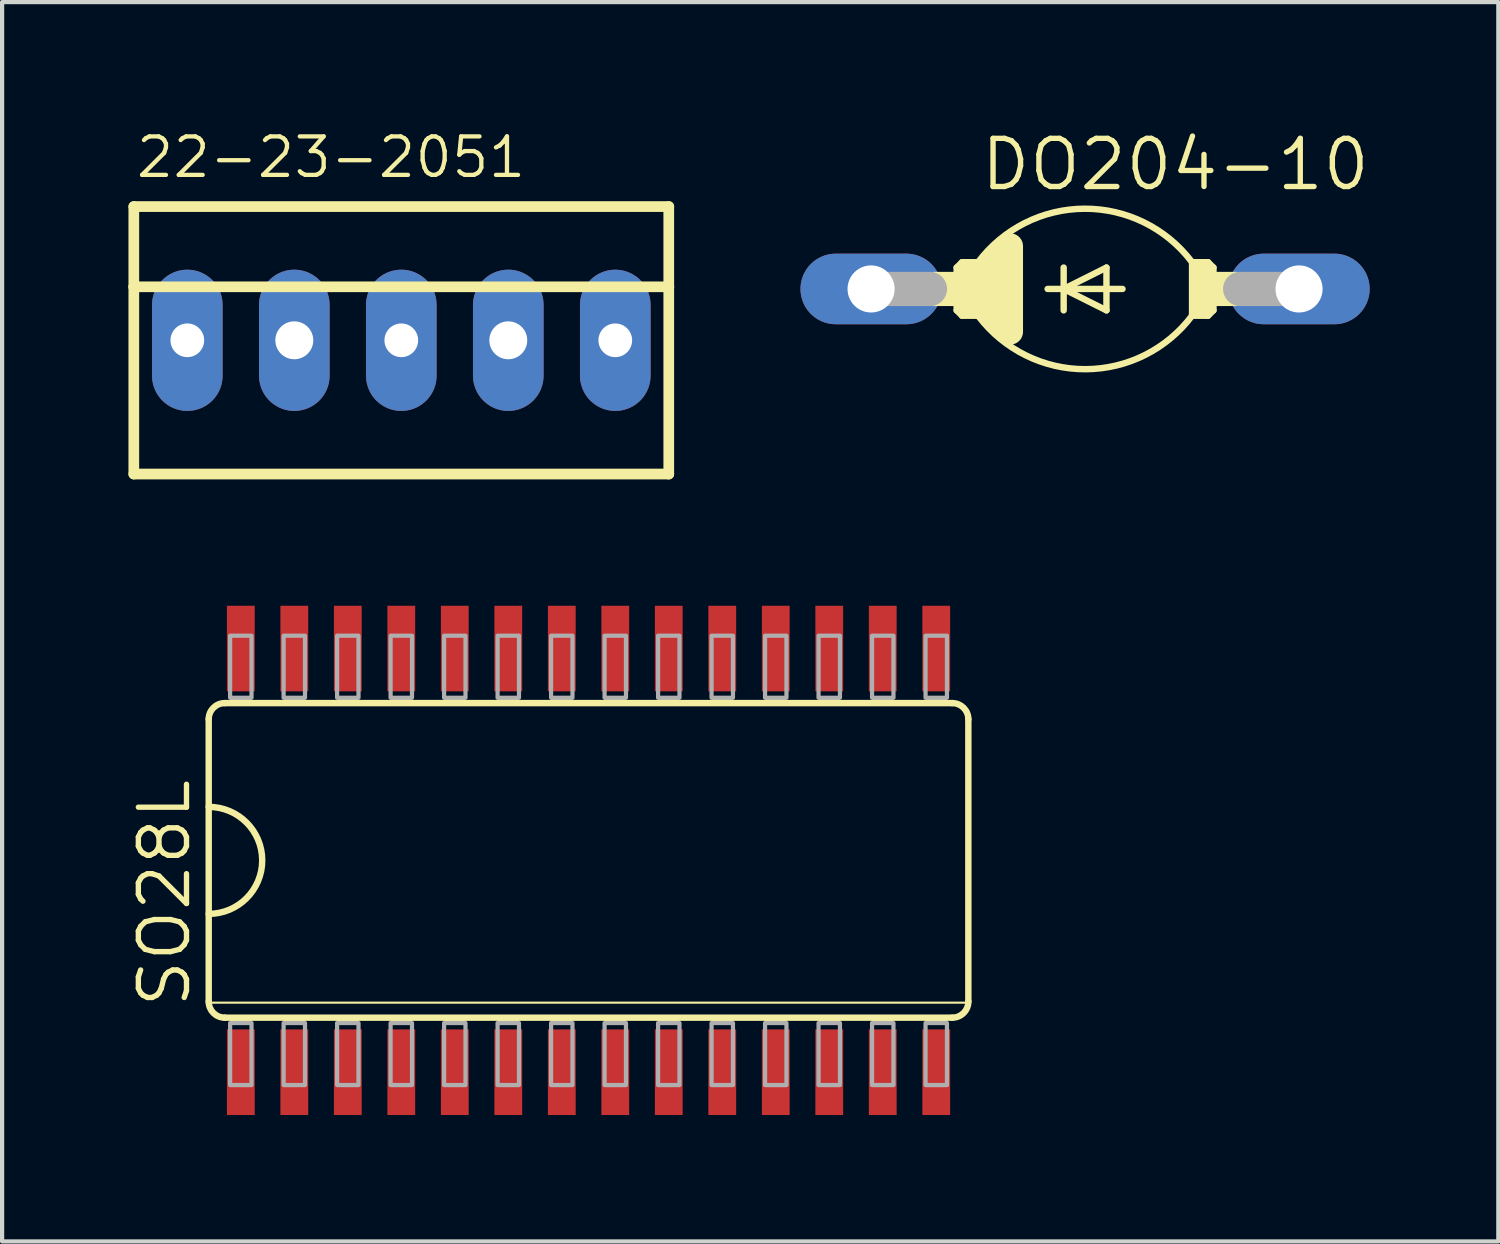
<source format=kicad_pcb>
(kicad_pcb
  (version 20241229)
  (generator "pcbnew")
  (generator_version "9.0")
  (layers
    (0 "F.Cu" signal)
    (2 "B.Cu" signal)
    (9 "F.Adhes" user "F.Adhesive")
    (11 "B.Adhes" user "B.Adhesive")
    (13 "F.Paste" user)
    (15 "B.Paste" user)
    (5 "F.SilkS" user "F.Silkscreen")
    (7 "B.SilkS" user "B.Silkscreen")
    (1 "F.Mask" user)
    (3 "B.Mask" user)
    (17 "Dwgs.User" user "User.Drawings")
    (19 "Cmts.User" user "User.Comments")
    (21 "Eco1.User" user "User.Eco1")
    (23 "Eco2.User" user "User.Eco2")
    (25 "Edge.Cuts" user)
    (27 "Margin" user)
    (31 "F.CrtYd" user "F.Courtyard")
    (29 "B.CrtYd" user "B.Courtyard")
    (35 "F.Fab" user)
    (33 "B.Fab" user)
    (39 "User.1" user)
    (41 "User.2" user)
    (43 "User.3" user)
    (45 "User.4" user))
  (footprint "22-23-2051"
    (layer "F.Cu")
    (at 6.477 5.029)
    (property "Reference" "22-23-2051" (at -6.35 -3.81 0) (layer "F.SilkS") (effects (font (size 0.914 0.914) (thickness 0.102)) (justify left bottom)))
    (fp_line (start -6.35 -3.175) (end 6.35 -3.175) (stroke (width 0.254) (type solid)) (layer "F.SilkS"))
    (fp_line (start -6.35 -1.27) (end -6.35 -3.175) (stroke (width 0.254) (type solid)) (layer "F.SilkS"))
    (fp_line (start -6.35 -1.27) (end 6.35 -1.27) (stroke (width 0.254) (type solid)) (layer "F.SilkS"))
    (fp_line (start -6.35 3.175) (end -6.35 -1.27) (stroke (width 0.254) (type solid)) (layer "F.SilkS"))
    (fp_line (start 6.35 -3.175) (end 6.35 -1.27) (stroke (width 0.254) (type solid)) (layer "F.SilkS"))
    (fp_line (start 6.35 -1.27) (end 6.35 3.175) (stroke (width 0.254) (type solid)) (layer "F.SilkS"))
    (fp_line (start 6.35 3.175) (end -6.35 3.175) (stroke (width 0.254) (type solid)) (layer "F.SilkS"))
    (pad "1" thru_hole oval (at -5.08 0 90) (size 3.353 1.676) (drill 0.8) (layers "*.Cu" "*.Mask"))
    (pad "2" thru_hole oval (at -2.54 0 90) (size 3.353 1.676) (drill 0.9) (layers "*.Cu" "*.Mask"))
    (pad "3" thru_hole oval (at 0 0 90) (size 3.353 1.676) (drill 0.8) (layers "*.Cu" "*.Mask"))
    (pad "4" thru_hole oval (at 2.54 0 90) (size 3.353 1.676) (drill 0.9) (layers "*.Cu" "*.Mask"))
    (pad "5" thru_hole oval (at 5.08 0 90) (size 3.353 1.676) (drill 0.8) (layers "*.Cu" "*.Mask")))
  (footprint "SO28L"
    (layer "F.Cu")
    (at 10.922 17.376)
    (property "Reference" "SO28L" (at -9.398 3.556 90) (layer "F.SilkS") (effects (font (size 1.143 1.143) (thickness 0.127)) (justify left bottom)))
    (fp_line (start -9.017 -3.353) (end -9.017 3.353) (stroke (width 0.152) (type solid)) (layer "F.SilkS"))
    (fp_line (start -9.017 3.378) (end 9.017 3.378) (stroke (width 0.051) (type solid)) (layer "F.SilkS"))
    (fp_line (start -8.636 3.734) (end 8.636 3.734) (stroke (width 0.152) (type solid)) (layer "F.SilkS"))
    (fp_line (start 8.636 -3.734) (end -8.636 -3.734) (stroke (width 0.152) (type solid)) (layer "F.SilkS"))
    (fp_line (start 9.017 3.353) (end 9.017 -3.353) (stroke (width 0.152) (type solid)) (layer "F.SilkS"))
    (fp_arc (start -9.017 -3.3528) (mid -8.905408 -3.622208) (end -8.636 -3.7338) (stroke (width 0.1524) (type solid)) (layer "F.SilkS"))
    (fp_arc (start -9.017 -1.27) (mid -7.747 0) (end -9.017 1.27) (stroke (width 0.1524) (type solid)) (layer "F.SilkS"))
    (fp_arc (start -8.636 3.7338) (mid -8.905408 3.622208) (end -9.017 3.3528) (stroke (width 0.1524) (type solid)) (layer "F.SilkS"))
    (fp_arc (start 8.636 -3.7338) (mid 8.905408 -3.622208) (end 9.017 -3.3528) (stroke (width 0.1524) (type solid)) (layer "F.SilkS"))
    (fp_arc (start 9.017 3.3528) (mid 8.905408 3.622208) (end 8.636 3.7338) (stroke (width 0.1524) (type solid)) (layer "F.SilkS"))
    (fp_poly (pts (xy -8.509 -3.734) (xy -8.001 -3.734) (xy -8.001 -3.861) (xy -8.509 -3.861)) (stroke (width 0) (type solid)) (fill yes) (layer "F.SilkS"))
    (fp_poly (pts (xy -8.509 3.861) (xy -8.001 3.861) (xy -8.001 3.734) (xy -8.509 3.734)) (stroke (width 0) (type solid)) (fill yes) (layer "F.SilkS"))
    (fp_poly (pts (xy -7.239 -3.734) (xy -6.731 -3.734) (xy -6.731 -3.861) (xy -7.239 -3.861)) (stroke (width 0) (type solid)) (fill yes) (layer "F.SilkS"))
    (fp_poly (pts (xy -7.239 3.861) (xy -6.731 3.861) (xy -6.731 3.734) (xy -7.239 3.734)) (stroke (width 0) (type solid)) (fill yes) (layer "F.SilkS"))
    (fp_poly (pts (xy -5.969 -3.734) (xy -5.461 -3.734) (xy -5.461 -3.861) (xy -5.969 -3.861)) (stroke (width 0) (type solid)) (fill yes) (layer "F.SilkS"))
    (fp_poly (pts (xy -5.969 3.861) (xy -5.461 3.861) (xy -5.461 3.734) (xy -5.969 3.734)) (stroke (width 0) (type solid)) (fill yes) (layer "F.SilkS"))
    (fp_poly (pts (xy -4.699 -3.734) (xy -4.191 -3.734) (xy -4.191 -3.861) (xy -4.699 -3.861)) (stroke (width 0) (type solid)) (fill yes) (layer "F.SilkS"))
    (fp_poly (pts (xy -4.699 3.861) (xy -4.191 3.861) (xy -4.191 3.734) (xy -4.699 3.734)) (stroke (width 0) (type solid)) (fill yes) (layer "F.SilkS"))
    (fp_poly (pts (xy -3.429 -3.734) (xy -2.921 -3.734) (xy -2.921 -3.861) (xy -3.429 -3.861)) (stroke (width 0) (type solid)) (fill yes) (layer "F.SilkS"))
    (fp_poly (pts (xy -3.429 3.861) (xy -2.921 3.861) (xy -2.921 3.734) (xy -3.429 3.734)) (stroke (width 0) (type solid)) (fill yes) (layer "F.SilkS"))
    (fp_poly (pts (xy -2.159 -3.734) (xy -1.651 -3.734) (xy -1.651 -3.861) (xy -2.159 -3.861)) (stroke (width 0) (type solid)) (fill yes) (layer "F.SilkS"))
    (fp_poly (pts (xy -2.159 3.861) (xy -1.651 3.861) (xy -1.651 3.734) (xy -2.159 3.734)) (stroke (width 0) (type solid)) (fill yes) (layer "F.SilkS"))
    (fp_poly (pts (xy -0.889 -3.734) (xy -0.381 -3.734) (xy -0.381 -3.861) (xy -0.889 -3.861)) (stroke (width 0) (type solid)) (fill yes) (layer "F.SilkS"))
    (fp_poly (pts (xy -0.889 3.861) (xy -0.381 3.861) (xy -0.381 3.734) (xy -0.889 3.734)) (stroke (width 0) (type solid)) (fill yes) (layer "F.SilkS"))
    (fp_poly (pts (xy 0.381 -3.734) (xy 0.889 -3.734) (xy 0.889 -3.861) (xy 0.381 -3.861)) (stroke (width 0) (type solid)) (fill yes) (layer "F.SilkS"))
    (fp_poly (pts (xy 0.381 3.861) (xy 0.889 3.861) (xy 0.889 3.734) (xy 0.381 3.734)) (stroke (width 0) (type solid)) (fill yes) (layer "F.SilkS"))
    (fp_poly (pts (xy 1.651 -3.734) (xy 2.159 -3.734) (xy 2.159 -3.861) (xy 1.651 -3.861)) (stroke (width 0) (type solid)) (fill yes) (layer "F.SilkS"))
    (fp_poly (pts (xy 1.651 3.861) (xy 2.159 3.861) (xy 2.159 3.734) (xy 1.651 3.734)) (stroke (width 0) (type solid)) (fill yes) (layer "F.SilkS"))
    (fp_poly (pts (xy 2.921 -3.734) (xy 3.429 -3.734) (xy 3.429 -3.861) (xy 2.921 -3.861)) (stroke (width 0) (type solid)) (fill yes) (layer "F.SilkS"))
    (fp_poly (pts (xy 2.921 3.861) (xy 3.429 3.861) (xy 3.429 3.734) (xy 2.921 3.734)) (stroke (width 0) (type solid)) (fill yes) (layer "F.SilkS"))
    (fp_poly (pts (xy 4.191 -3.734) (xy 4.699 -3.734) (xy 4.699 -3.861) (xy 4.191 -3.861)) (stroke (width 0) (type solid)) (fill yes) (layer "F.SilkS"))
    (fp_poly (pts (xy 4.191 3.861) (xy 4.699 3.861) (xy 4.699 3.734) (xy 4.191 3.734)) (stroke (width 0) (type solid)) (fill yes) (layer "F.SilkS"))
    (fp_poly (pts (xy 5.461 -3.734) (xy 5.969 -3.734) (xy 5.969 -3.861) (xy 5.461 -3.861)) (stroke (width 0) (type solid)) (fill yes) (layer "F.SilkS"))
    (fp_poly (pts (xy 5.461 3.861) (xy 5.969 3.861) (xy 5.969 3.734) (xy 5.461 3.734)) (stroke (width 0) (type solid)) (fill yes) (layer "F.SilkS"))
    (fp_poly (pts (xy 6.731 -3.734) (xy 7.239 -3.734) (xy 7.239 -3.861) (xy 6.731 -3.861)) (stroke (width 0) (type solid)) (fill yes) (layer "F.SilkS"))
    (fp_poly (pts (xy 6.731 3.861) (xy 7.239 3.861) (xy 7.239 3.734) (xy 6.731 3.734)) (stroke (width 0) (type solid)) (fill yes) (layer "F.SilkS"))
    (fp_poly (pts (xy 8.001 -3.734) (xy 8.509 -3.734) (xy 8.509 -3.861) (xy 8.001 -3.861)) (stroke (width 0) (type solid)) (fill yes) (layer "F.SilkS"))
    (fp_poly (pts (xy 8.001 3.861) (xy 8.509 3.861) (xy 8.509 3.734) (xy 8.001 3.734)) (stroke (width 0) (type solid)) (fill yes) (layer "F.SilkS"))
    (fp_poly (pts (xy -8.509 -3.861) (xy -8.001 -3.861) (xy -8.001 -5.334) (xy -8.509 -5.334)) (stroke (width 0.1) (type solid)) (fill no) (layer "F.Fab"))
    (fp_poly (pts (xy -8.509 5.334) (xy -8.001 5.334) (xy -8.001 3.861) (xy -8.509 3.861)) (stroke (width 0.1) (type solid)) (fill no) (layer "F.Fab"))
    (fp_poly (pts (xy -7.239 -3.861) (xy -6.731 -3.861) (xy -6.731 -5.334) (xy -7.239 -5.334)) (stroke (width 0.1) (type solid)) (fill no) (layer "F.Fab"))
    (fp_poly (pts (xy -7.239 5.334) (xy -6.731 5.334) (xy -6.731 3.861) (xy -7.239 3.861)) (stroke (width 0.1) (type solid)) (fill no) (layer "F.Fab"))
    (fp_poly (pts (xy -5.969 -3.861) (xy -5.461 -3.861) (xy -5.461 -5.334) (xy -5.969 -5.334)) (stroke (width 0.1) (type solid)) (fill no) (layer "F.Fab"))
    (fp_poly (pts (xy -5.969 5.334) (xy -5.461 5.334) (xy -5.461 3.861) (xy -5.969 3.861)) (stroke (width 0.1) (type solid)) (fill no) (layer "F.Fab"))
    (fp_poly (pts (xy -4.699 -3.861) (xy -4.191 -3.861) (xy -4.191 -5.334) (xy -4.699 -5.334)) (stroke (width 0.1) (type solid)) (fill no) (layer "F.Fab"))
    (fp_poly (pts (xy -4.699 5.334) (xy -4.191 5.334) (xy -4.191 3.861) (xy -4.699 3.861)) (stroke (width 0.1) (type solid)) (fill no) (layer "F.Fab"))
    (fp_poly (pts (xy -3.429 -3.861) (xy -2.921 -3.861) (xy -2.921 -5.334) (xy -3.429 -5.334)) (stroke (width 0.1) (type solid)) (fill no) (layer "F.Fab"))
    (fp_poly (pts (xy -3.429 5.334) (xy -2.921 5.334) (xy -2.921 3.861) (xy -3.429 3.861)) (stroke (width 0.1) (type solid)) (fill no) (layer "F.Fab"))
    (fp_poly (pts (xy -2.159 -3.861) (xy -1.651 -3.861) (xy -1.651 -5.334) (xy -2.159 -5.334)) (stroke (width 0.1) (type solid)) (fill no) (layer "F.Fab"))
    (fp_poly (pts (xy -2.159 5.334) (xy -1.651 5.334) (xy -1.651 3.861) (xy -2.159 3.861)) (stroke (width 0.1) (type solid)) (fill no) (layer "F.Fab"))
    (fp_poly (pts (xy -0.889 -3.861) (xy -0.381 -3.861) (xy -0.381 -5.334) (xy -0.889 -5.334)) (stroke (width 0.1) (type solid)) (fill no) (layer "F.Fab"))
    (fp_poly (pts (xy -0.889 5.334) (xy -0.381 5.334) (xy -0.381 3.861) (xy -0.889 3.861)) (stroke (width 0.1) (type solid)) (fill no) (layer "F.Fab"))
    (fp_poly (pts (xy 0.381 -3.861) (xy 0.889 -3.861) (xy 0.889 -5.334) (xy 0.381 -5.334)) (stroke (width 0.1) (type solid)) (fill no) (layer "F.Fab"))
    (fp_poly (pts (xy 0.381 5.334) (xy 0.889 5.334) (xy 0.889 3.861) (xy 0.381 3.861)) (stroke (width 0.1) (type solid)) (fill no) (layer "F.Fab"))
    (fp_poly (pts (xy 1.651 -3.861) (xy 2.159 -3.861) (xy 2.159 -5.334) (xy 1.651 -5.334)) (stroke (width 0.1) (type solid)) (fill no) (layer "F.Fab"))
    (fp_poly (pts (xy 1.651 5.334) (xy 2.159 5.334) (xy 2.159 3.861) (xy 1.651 3.861)) (stroke (width 0.1) (type solid)) (fill no) (layer "F.Fab"))
    (fp_poly (pts (xy 2.921 -3.861) (xy 3.429 -3.861) (xy 3.429 -5.334) (xy 2.921 -5.334)) (stroke (width 0.1) (type solid)) (fill no) (layer "F.Fab"))
    (fp_poly (pts (xy 2.921 5.334) (xy 3.429 5.334) (xy 3.429 3.861) (xy 2.921 3.861)) (stroke (width 0.1) (type solid)) (fill no) (layer "F.Fab"))
    (fp_poly (pts (xy 4.191 -3.861) (xy 4.699 -3.861) (xy 4.699 -5.334) (xy 4.191 -5.334)) (stroke (width 0.1) (type solid)) (fill no) (layer "F.Fab"))
    (fp_poly (pts (xy 4.191 5.334) (xy 4.699 5.334) (xy 4.699 3.861) (xy 4.191 3.861)) (stroke (width 0.1) (type solid)) (fill no) (layer "F.Fab"))
    (fp_poly (pts (xy 5.461 -3.861) (xy 5.969 -3.861) (xy 5.969 -5.334) (xy 5.461 -5.334)) (stroke (width 0.1) (type solid)) (fill no) (layer "F.Fab"))
    (fp_poly (pts (xy 5.461 5.334) (xy 5.969 5.334) (xy 5.969 3.861) (xy 5.461 3.861)) (stroke (width 0.1) (type solid)) (fill no) (layer "F.Fab"))
    (fp_poly (pts (xy 6.731 -3.861) (xy 7.239 -3.861) (xy 7.239 -5.334) (xy 6.731 -5.334)) (stroke (width 0.1) (type solid)) (fill no) (layer "F.Fab"))
    (fp_poly (pts (xy 6.731 5.334) (xy 7.239 5.334) (xy 7.239 3.861) (xy 6.731 3.861)) (stroke (width 0.1) (type solid)) (fill no) (layer "F.Fab"))
    (fp_poly (pts (xy 8.001 -3.861) (xy 8.509 -3.861) (xy 8.509 -5.334) (xy 8.001 -5.334)) (stroke (width 0.1) (type solid)) (fill no) (layer "F.Fab"))
    (fp_poly (pts (xy 8.001 5.334) (xy 8.509 5.334) (xy 8.509 3.861) (xy 8.001 3.861)) (stroke (width 0.1) (type solid)) (fill no) (layer "F.Fab"))
    (pad "1" smd rect (at -8.255 5.029) (size 0.66 2.032) (layers "F.Cu" "F.Mask" "F.Paste"))
    (pad "2" smd rect (at -6.985 5.029) (size 0.66 2.032) (layers "F.Cu" "F.Mask" "F.Paste"))
    (pad "3" smd rect (at -5.715 5.029) (size 0.66 2.032) (layers "F.Cu" "F.Mask" "F.Paste"))
    (pad "4" smd rect (at -4.445 5.029) (size 0.66 2.032) (layers "F.Cu" "F.Mask" "F.Paste"))
    (pad "5" smd rect (at -3.175 5.029) (size 0.66 2.032) (layers "F.Cu" "F.Mask" "F.Paste"))
    (pad "6" smd rect (at -1.905 5.029) (size 0.66 2.032) (layers "F.Cu" "F.Mask" "F.Paste"))
    (pad "7" smd rect (at -0.635 5.029) (size 0.66 2.032) (layers "F.Cu" "F.Mask" "F.Paste"))
    (pad "8" smd rect (at 0.635 5.029) (size 0.66 2.032) (layers "F.Cu" "F.Mask" "F.Paste"))
    (pad "9" smd rect (at 1.905 5.029) (size 0.66 2.032) (layers "F.Cu" "F.Mask" "F.Paste"))
    (pad "10" smd rect (at 3.175 5.029) (size 0.66 2.032) (layers "F.Cu" "F.Mask" "F.Paste"))
    (pad "11" smd rect (at 4.445 5.029) (size 0.66 2.032) (layers "F.Cu" "F.Mask" "F.Paste"))
    (pad "12" smd rect (at 5.715 5.029) (size 0.66 2.032) (layers "F.Cu" "F.Mask" "F.Paste"))
    (pad "13" smd rect (at 6.985 5.029) (size 0.66 2.032) (layers "F.Cu" "F.Mask" "F.Paste"))
    (pad "14" smd rect (at 8.255 5.029) (size 0.66 2.032) (layers "F.Cu" "F.Mask" "F.Paste"))
    (pad "15" smd rect (at 8.255 -5.029) (size 0.66 2.032) (layers "F.Cu" "F.Mask" "F.Paste"))
    (pad "16" smd rect (at 6.985 -5.029) (size 0.66 2.032) (layers "F.Cu" "F.Mask" "F.Paste"))
    (pad "17" smd rect (at 5.715 -5.029) (size 0.66 2.032) (layers "F.Cu" "F.Mask" "F.Paste"))
    (pad "18" smd rect (at 4.445 -5.029) (size 0.66 2.032) (layers "F.Cu" "F.Mask" "F.Paste"))
    (pad "19" smd rect (at 3.175 -5.029) (size 0.66 2.032) (layers "F.Cu" "F.Mask" "F.Paste"))
    (pad "20" smd rect (at 1.905 -5.029) (size 0.66 2.032) (layers "F.Cu" "F.Mask" "F.Paste"))
    (pad "21" smd rect (at 0.635 -5.029) (size 0.66 2.032) (layers "F.Cu" "F.Mask" "F.Paste"))
    (pad "22" smd rect (at -0.635 -5.029) (size 0.66 2.032) (layers "F.Cu" "F.Mask" "F.Paste"))
    (pad "23" smd rect (at -1.905 -5.029) (size 0.66 2.032) (layers "F.Cu" "F.Mask" "F.Paste"))
    (pad "24" smd rect (at -3.175 -5.029) (size 0.66 2.032) (layers "F.Cu" "F.Mask" "F.Paste"))
    (pad "25" smd rect (at -4.445 -5.029) (size 0.66 2.032) (layers "F.Cu" "F.Mask" "F.Paste"))
    (pad "26" smd rect (at -5.715 -5.029) (size 0.66 2.032) (layers "F.Cu" "F.Mask" "F.Paste"))
    (pad "27" smd rect (at -6.985 -5.029) (size 0.66 2.032) (layers "F.Cu" "F.Mask" "F.Paste"))
    (pad "28" smd rect (at -8.255 -5.029) (size 0.66 2.032) (layers "F.Cu" "F.Mask" "F.Paste")))
  (footprint "DO204-10"
    (layer "F.Cu")
    (at 22.71 3.81)
    (property "Reference" "DO204-10" (at -2.54 -2.286 0) (layer "F.SilkS") (effects (font (size 1.143 1.143) (thickness 0.127)) (justify left bottom)))
    (fp_line (start -3.048 -0.508) (end -2.921 -0.635) (stroke (width 0.152) (type solid)) (layer "F.SilkS"))
    (fp_line (start -3.048 0.508) (end -3.048 -0.508) (stroke (width 0.152) (type solid)) (layer "F.SilkS"))
    (fp_line (start -3.048 0.508) (end -2.921 0.635) (stroke (width 0.152) (type solid)) (layer "F.SilkS"))
    (fp_line (start -2.794 -0.381) (end -2.794 0.381) (stroke (width 0.61) (type solid)) (layer "F.SilkS"))
    (fp_line (start -2.54 -0.635) (end -2.921 -0.635) (stroke (width 0.152) (type solid)) (layer "F.SilkS"))
    (fp_line (start -2.54 -0.635) (end -2.54 0.635) (stroke (width 0.152) (type solid)) (layer "F.SilkS"))
    (fp_line (start -2.54 0.635) (end -2.921 0.635) (stroke (width 0.152) (type solid)) (layer "F.SilkS"))
    (fp_line (start -2.286 -0.508) (end -2.286 0.508) (stroke (width 0.61) (type solid)) (layer "F.SilkS"))
    (fp_line (start -2.286 -0.508) (end -2.032 -0.762) (stroke (width 0.61) (type solid)) (layer "F.SilkS"))
    (fp_line (start -2.032 0.762) (end -2.286 0.508) (stroke (width 0.61) (type solid)) (layer "F.SilkS"))
    (fp_line (start -1.778 -1.016) (end -1.778 1.016) (stroke (width 0.61) (type solid)) (layer "F.SilkS"))
    (fp_line (start -0.889 0) (end -0.508 0) (stroke (width 0.152) (type solid)) (layer "F.SilkS"))
    (fp_line (start -0.508 -0.508) (end -0.508 0) (stroke (width 0.152) (type solid)) (layer "F.SilkS"))
    (fp_line (start -0.508 0) (end -0.508 0.508) (stroke (width 0.152) (type solid)) (layer "F.SilkS"))
    (fp_line (start -0.508 0) (end 0.508 -0.508) (stroke (width 0.152) (type solid)) (layer "F.SilkS"))
    (fp_line (start -0.508 0) (end 0.889 0) (stroke (width 0.152) (type solid)) (layer "F.SilkS"))
    (fp_line (start 0.508 -0.508) (end 0.508 0.508) (stroke (width 0.152) (type solid)) (layer "F.SilkS"))
    (fp_line (start 0.508 0.508) (end -0.508 0) (stroke (width 0.152) (type solid)) (layer "F.SilkS"))
    (fp_line (start 2.54 -0.635) (end 2.54 0.635) (stroke (width 0.152) (type solid)) (layer "F.SilkS"))
    (fp_line (start 2.54 -0.635) (end 2.921 -0.635) (stroke (width 0.152) (type solid)) (layer "F.SilkS"))
    (fp_line (start 2.54 0.635) (end 2.921 0.635) (stroke (width 0.152) (type solid)) (layer "F.SilkS"))
    (fp_line (start 2.794 -0.381) (end 2.794 0.381) (stroke (width 0.61) (type solid)) (layer "F.SilkS"))
    (fp_line (start 3.048 -0.508) (end 2.921 -0.635) (stroke (width 0.152) (type solid)) (layer "F.SilkS"))
    (fp_line (start 3.048 0.508) (end 2.921 0.635) (stroke (width 0.152) (type solid)) (layer "F.SilkS"))
    (fp_line (start 3.048 0.508) (end 3.048 -0.508) (stroke (width 0.152) (type solid)) (layer "F.SilkS"))
    (fp_arc (start -2.54 -0.635) (mid -0.012028 -1.904982) (end 2.525498 -0.6542) (stroke (width 0.1524) (type solid)) (layer "F.SilkS"))
    (fp_arc (start 2.54 0.635002) (mid 0.012027 1.904984) (end -2.5255 0.6542) (stroke (width 0.1524) (type solid)) (layer "F.SilkS"))
    (fp_poly (pts (xy -3.607 0.406) (xy -3.048 0.406) (xy -3.048 -0.406) (xy -3.607 -0.406)) (stroke (width 0) (type solid)) (fill yes) (layer "F.SilkS"))
    (fp_poly (pts (xy 3.048 0.406) (xy 3.607 0.406) (xy 3.607 -0.406) (xy 3.048 -0.406)) (stroke (width 0) (type solid)) (fill yes) (layer "F.SilkS"))
    (fp_line (start -5.08 0) (end -3.683 0) (stroke (width 0.813) (type solid)) (layer "F.Fab"))
    (fp_line (start 5.08 0) (end 3.683 0) (stroke (width 0.813) (type solid)) (layer "F.Fab"))
    (pad "A" thru_hole oval (at 5.08 0) (size 3.353 1.676) (drill 1.118) (layers "*.Cu" "*.Mask"))
    (pad "C" thru_hole oval (at -5.08 0) (size 3.353 1.676) (drill 1.118) (layers "*.Cu" "*.Mask")))
  (gr_rect
    (start -3 -3)
    (end 32.521 26.422)
    (stroke (width 0.1) (type default))
    (fill no)
    (layer "Edge.Cuts")))
</source>
